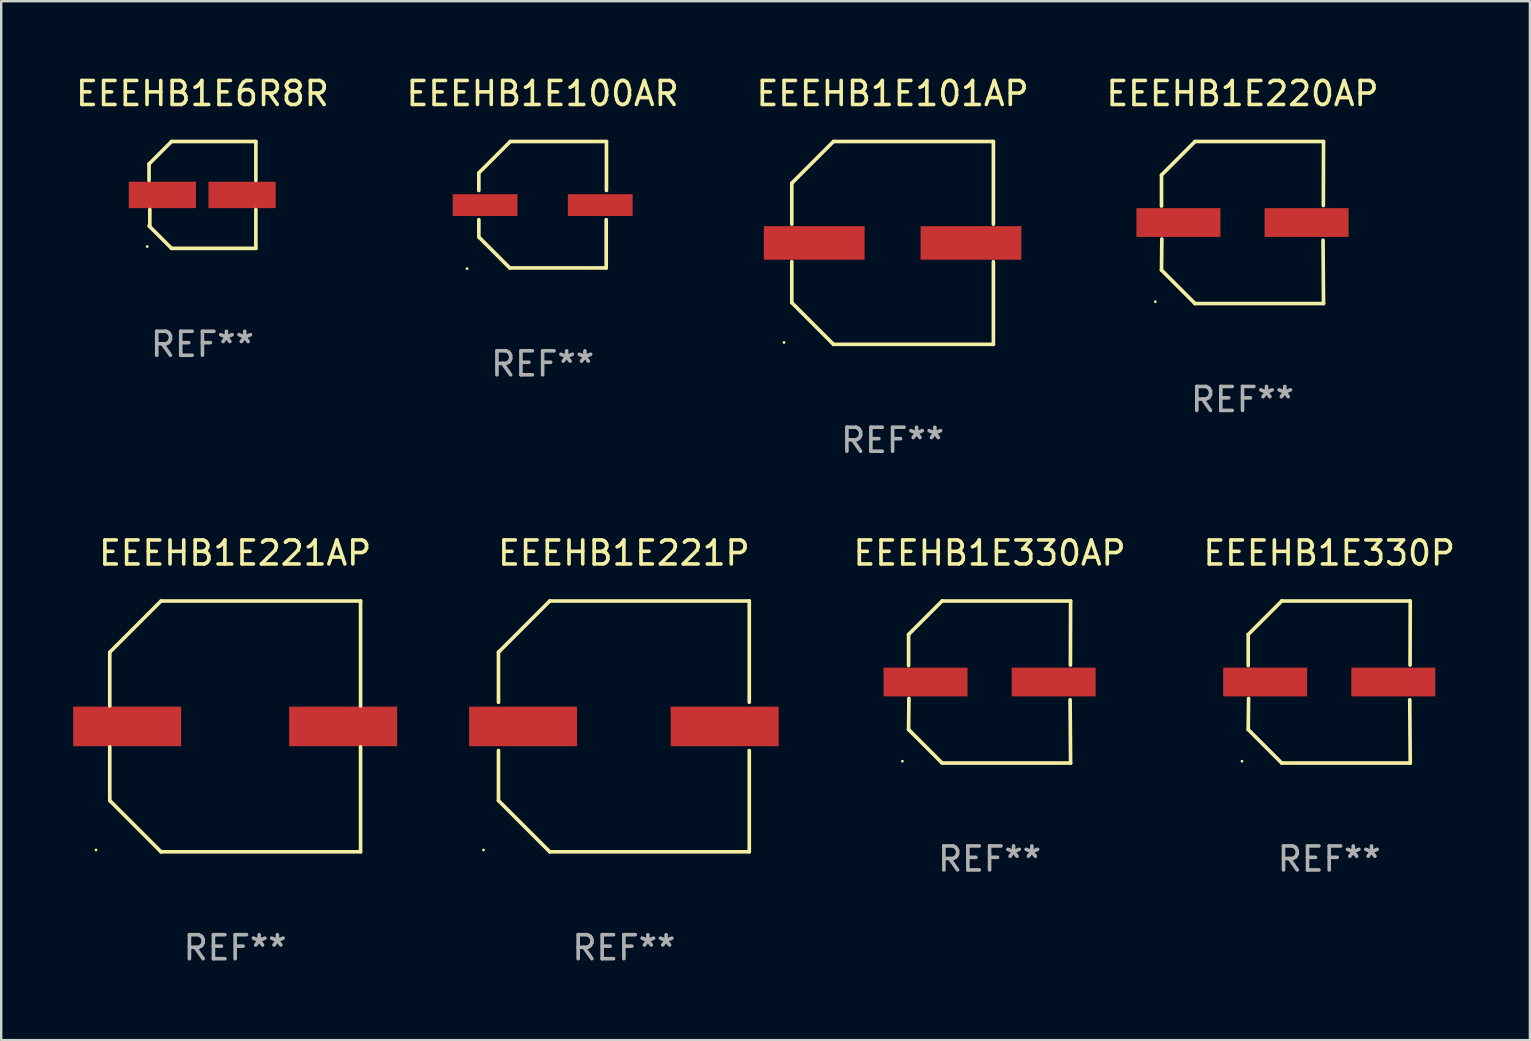
<source format=kicad_pcb>
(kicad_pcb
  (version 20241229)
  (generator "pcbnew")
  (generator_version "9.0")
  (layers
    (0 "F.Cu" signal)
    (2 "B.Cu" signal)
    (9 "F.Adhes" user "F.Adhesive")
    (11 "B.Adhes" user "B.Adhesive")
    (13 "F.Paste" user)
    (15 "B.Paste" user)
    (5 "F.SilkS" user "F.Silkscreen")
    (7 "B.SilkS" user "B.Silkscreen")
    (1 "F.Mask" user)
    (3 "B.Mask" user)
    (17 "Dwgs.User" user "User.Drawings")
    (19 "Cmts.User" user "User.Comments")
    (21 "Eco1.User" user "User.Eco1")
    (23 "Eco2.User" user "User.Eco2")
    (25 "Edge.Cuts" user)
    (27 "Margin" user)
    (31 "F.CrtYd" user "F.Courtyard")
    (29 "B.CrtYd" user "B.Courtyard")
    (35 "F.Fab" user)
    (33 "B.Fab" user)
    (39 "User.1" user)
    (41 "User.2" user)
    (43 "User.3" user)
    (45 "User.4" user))
  (footprint "EEEHB1E101AP"
    (layer "F.Cu")
    (at 34.149 7.074)
    (property "Reference" "EEEHB1E101AP" (at 0 -6.226 0) (layer "F.SilkS") (effects (font (size 1 1) (thickness 0.15))))
    (attr through_hole)
    (fp_line (start -4.201 -2.49) (end -4.201 -0.782) (stroke (width 0.152) (type solid)) (layer "F.SilkS"))
    (fp_line (start -4.201 2.49) (end -4.201 0.782) (stroke (width 0.152) (type solid)) (layer "F.SilkS"))
    (fp_line (start -2.465 -4.226) (end -4.201 -2.49) (stroke (width 0.152) (type solid)) (layer "F.SilkS"))
    (fp_line (start -2.465 4.226) (end -4.201 2.49) (stroke (width 0.152) (type solid)) (layer "F.SilkS"))
    (fp_line (start 4.201 -4.226) (end -2.465 -4.226) (stroke (width 0.152) (type solid)) (layer "F.SilkS"))
    (fp_line (start 4.201 -0.782) (end 4.201 -4.226) (stroke (width 0.152) (type solid)) (layer "F.SilkS"))
    (fp_line (start 4.201 0.782) (end 4.201 4.226) (stroke (width 0.152) (type solid)) (layer "F.SilkS"))
    (fp_line (start 4.201 4.226) (end -2.465 4.226) (stroke (width 0.152) (type solid)) (layer "F.SilkS"))
    (fp_circle (center -4.524 4.15) (end -4.494 4.15) (stroke (width 0.06) (type solid)) (fill no) (layer "F.SilkS"))
    (fp_text user "REF**" (at 0 8.226 0) (layer "F.Fab") (effects (font (size 1 1) (thickness 0.15))))
    (pad "1" smd rect (at -3.267 0) (size 4.2 1.4) (layers "F.Cu" "F.Mask" "F.Paste"))
    (pad "2" smd rect (at 3.267 0) (size 4.2 1.4) (layers "F.Cu" "F.Mask" "F.Paste")))
  (footprint "EEEHB1E220AP"
    (layer "F.Cu")
    (at 48.732 6.224)
    (property "Reference" "EEEHB1E220AP" (at 0 -5.376 0) (layer "F.SilkS") (effects (font (size 1 1) (thickness 0.15))))
    (attr through_hole)
    (fp_line (start -3.376 -1.98) (end -3.376 -0.686) (stroke (width 0.152) (type solid)) (layer "F.SilkS"))
    (fp_line (start -3.376 1.981) (end -3.362 0.686) (stroke (width 0.152) (type solid)) (layer "F.SilkS"))
    (fp_line (start -1.981 3.376) (end -3.376 1.981) (stroke (width 0.152) (type solid)) (layer "F.SilkS"))
    (fp_line (start -1.98 -3.376) (end -3.376 -1.98) (stroke (width 0.152) (type solid)) (layer "F.SilkS"))
    (fp_line (start 3.356 0.74) (end 3.376 3.376) (stroke (width 0.152) (type solid)) (layer "F.SilkS"))
    (fp_line (start 3.369 -0.707) (end 3.376 -3.376) (stroke (width 0.152) (type solid)) (layer "F.SilkS"))
    (fp_line (start 3.376 3.376) (end -1.981 3.376) (stroke (width 0.152) (type solid)) (layer "F.SilkS"))
    (fp_line (start 3.376 -3.376) (end -1.98 -3.376) (stroke (width 0.152) (type solid)) (layer "F.SilkS"))
    (fp_circle (center -3.634 3.3) (end -3.604 3.3) (stroke (width 0.06) (type solid)) (fill no) (layer "F.SilkS"))
    (fp_text user "REF**" (at 0 7.376 0) (layer "F.Fab") (effects (font (size 1 1) (thickness 0.15))))
    (pad "1" smd rect (at -2.67 0.000254) (size 3.5 1.2) (layers "F.Cu" "F.Mask" "F.Paste"))
    (pad "2" smd rect (at 2.67 0.000254) (size 3.5 1.2) (layers "F.Cu" "F.Mask" "F.Paste")))
  (footprint "EEEHB1E6R8R"
    (layer "F.Cu")
    (at 5.387 5.074)
    (property "Reference" "EEEHB1E6R8R" (at 0 -4.226 0) (layer "F.SilkS") (effects (font (size 1 1) (thickness 0.15))))
    (attr through_hole)
    (fp_line (start -2.226 -1.29) (end -2.226 -0.607) (stroke (width 0.152) (type solid)) (layer "F.SilkS"))
    (fp_line (start -2.193 1.29) (end -2.193 0.607) (stroke (width 0.152) (type solid)) (layer "F.SilkS"))
    (fp_line (start -1.29 2.226) (end -2.226 1.29) (stroke (width 0.152) (type solid)) (layer "F.SilkS"))
    (fp_line (start -1.29 -2.226) (end -2.226 -1.29) (stroke (width 0.152) (type solid)) (layer "F.SilkS"))
    (fp_line (start 2.226 -2.226) (end -1.29 -2.226) (stroke (width 0.152) (type solid)) (layer "F.SilkS"))
    (fp_line (start 2.226 -0.607) (end 2.226 -2.226) (stroke (width 0.152) (type solid)) (layer "F.SilkS"))
    (fp_line (start 2.226 0.607) (end 2.226 2.226) (stroke (width 0.152) (type solid)) (layer "F.SilkS"))
    (fp_line (start 2.226 2.226) (end -1.29 2.226) (stroke (width 0.152) (type solid)) (layer "F.SilkS"))
    (fp_circle (center -2.3 2.15) (end -2.27 2.15) (stroke (width 0.06) (type solid)) (fill no) (layer "F.SilkS"))
    (fp_text user "REF**" (at 0 6.226 0) (layer "F.Fab") (effects (font (size 1 1) (thickness 0.15))))
    (pad "1" smd rect (at -1.67 -0.000025) (size 2.8 1.1) (layers "F.Cu" "F.Mask" "F.Paste"))
    (pad "2" smd rect (at 1.651 -0.000025) (size 2.8 1.1) (layers "F.Cu" "F.Mask" "F.Paste")))
  (footprint "EEEHB1E330P"
    (layer "F.Cu")
    (at 52.346 25.373)
    (property "Reference" "EEEHB1E330P" (at 0 -5.376 0) (layer "F.SilkS") (effects (font (size 1 1) (thickness 0.15))))
    (attr through_hole)
    (fp_line (start -3.376 -1.98) (end -3.376 -0.686) (stroke (width 0.152) (type solid)) (layer "F.SilkS"))
    (fp_line (start -3.376 1.981) (end -3.362 0.686) (stroke (width 0.152) (type solid)) (layer "F.SilkS"))
    (fp_line (start -1.981 3.376) (end -3.376 1.981) (stroke (width 0.152) (type solid)) (layer "F.SilkS"))
    (fp_line (start -1.98 -3.376) (end -3.376 -1.98) (stroke (width 0.152) (type solid)) (layer "F.SilkS"))
    (fp_line (start 3.356 0.74) (end 3.376 3.376) (stroke (width 0.152) (type solid)) (layer "F.SilkS"))
    (fp_line (start 3.369 -0.707) (end 3.376 -3.376) (stroke (width 0.152) (type solid)) (layer "F.SilkS"))
    (fp_line (start 3.376 3.376) (end -1.981 3.376) (stroke (width 0.152) (type solid)) (layer "F.SilkS"))
    (fp_line (start 3.376 -3.376) (end -1.98 -3.376) (stroke (width 0.152) (type solid)) (layer "F.SilkS"))
    (fp_circle (center -3.634 3.3) (end -3.604 3.3) (stroke (width 0.06) (type solid)) (fill no) (layer "F.SilkS"))
    (fp_text user "REF**" (at 0 7.376 0) (layer "F.Fab") (effects (font (size 1 1) (thickness 0.15))))
    (pad "1" smd rect (at -2.67 0.000254) (size 3.5 1.2) (layers "F.Cu" "F.Mask" "F.Paste"))
    (pad "2" smd rect (at 2.67 0.000254) (size 3.5 1.2) (layers "F.Cu" "F.Mask" "F.Paste")))
  (footprint "EEEHB1E330AP"
    (layer "F.Cu")
    (at 38.191 25.373)
    (property "Reference" "EEEHB1E330AP" (at 0 -5.376 0) (layer "F.SilkS") (effects (font (size 1 1) (thickness 0.15))))
    (attr through_hole)
    (fp_line (start -3.376 -1.98) (end -3.376 -0.686) (stroke (width 0.152) (type solid)) (layer "F.SilkS"))
    (fp_line (start -3.376 1.981) (end -3.362 0.686) (stroke (width 0.152) (type solid)) (layer "F.SilkS"))
    (fp_line (start -1.981 3.376) (end -3.376 1.981) (stroke (width 0.152) (type solid)) (layer "F.SilkS"))
    (fp_line (start -1.98 -3.376) (end -3.376 -1.98) (stroke (width 0.152) (type solid)) (layer "F.SilkS"))
    (fp_line (start 3.356 0.74) (end 3.376 3.376) (stroke (width 0.152) (type solid)) (layer "F.SilkS"))
    (fp_line (start 3.369 -0.707) (end 3.376 -3.376) (stroke (width 0.152) (type solid)) (layer "F.SilkS"))
    (fp_line (start 3.376 3.376) (end -1.981 3.376) (stroke (width 0.152) (type solid)) (layer "F.SilkS"))
    (fp_line (start 3.376 -3.376) (end -1.98 -3.376) (stroke (width 0.152) (type solid)) (layer "F.SilkS"))
    (fp_circle (center -3.634 3.3) (end -3.604 3.3) (stroke (width 0.06) (type solid)) (fill no) (layer "F.SilkS"))
    (fp_text user "REF**" (at 0 7.376 0) (layer "F.Fab") (effects (font (size 1 1) (thickness 0.15))))
    (pad "1" smd rect (at -2.67 0.000254) (size 3.5 1.2) (layers "F.Cu" "F.Mask" "F.Paste"))
    (pad "2" smd rect (at 2.67 0.000254) (size 3.5 1.2) (layers "F.Cu" "F.Mask" "F.Paste")))
  (footprint "EEEHB1E100AR"
    (layer "F.Cu")
    (at 19.565 5.482)
    (property "Reference" "EEEHB1E100AR" (at 0 -4.634 0) (layer "F.SilkS") (effects (font (size 1 1) (thickness 0.15))))
    (attr through_hole)
    (fp_line (start -2.659 -1.326) (end -2.659 -0.592) (stroke (width 0.152) (type solid)) (layer "F.SilkS"))
    (fp_line (start -2.659 1.346) (end -2.659 0.622) (stroke (width 0.152) (type solid)) (layer "F.SilkS"))
    (fp_line (start -1.372 2.634) (end -2.659 1.346) (stroke (width 0.152) (type solid)) (layer "F.SilkS"))
    (fp_line (start -1.349 -2.634) (end -2.659 -1.326) (stroke (width 0.152) (type solid)) (layer "F.SilkS"))
    (fp_line (start 2.649 0.622) (end 2.649 2.634) (stroke (width 0.152) (type solid)) (layer "F.SilkS"))
    (fp_line (start 2.649 2.634) (end -1.372 2.634) (stroke (width 0.152) (type solid)) (layer "F.SilkS"))
    (fp_line (start 2.659 -2.634) (end -1.349 -2.634) (stroke (width 0.152) (type solid)) (layer "F.SilkS"))
    (fp_line (start 2.659 -0.592) (end 2.659 -2.634) (stroke (width 0.152) (type solid)) (layer "F.SilkS"))
    (fp_circle (center -3.15 2.665) (end -3.12 2.665) (stroke (width 0.06) (type solid)) (fill no) (layer "F.SilkS"))
    (fp_text user "REF**" (at 0 6.634 0) (layer "F.Fab") (effects (font (size 1 1) (thickness 0.15))))
    (pad "1" smd rect (at -2.4 0.015) (size 2.7 0.91) (layers "F.Cu" "F.Mask" "F.Paste"))
    (pad "2" smd rect (at 2.4 0.015) (size 2.7 0.91) (layers "F.Cu" "F.Mask" "F.Paste")))
  (footprint "EEEHB1E221AP"
    (layer "F.Cu")
    (at 6.75 27.223)
    (property "Reference" "EEEHB1E221AP" (at 0 -7.226 0) (layer "F.SilkS") (effects (font (size 1 1) (thickness 0.15))))
    (attr through_hole)
    (fp_line (start -5.226 -3.09) (end -5.226 -0.852) (stroke (width 0.152) (type solid)) (layer "F.SilkS"))
    (fp_line (start -5.226 3.09) (end -5.226 0.852) (stroke (width 0.152) (type solid)) (layer "F.SilkS"))
    (fp_line (start -3.09 -5.226) (end -5.226 -3.09) (stroke (width 0.152) (type solid)) (layer "F.SilkS"))
    (fp_line (start -3.09 5.226) (end -5.226 3.09) (stroke (width 0.152) (type solid)) (layer "F.SilkS"))
    (fp_line (start 5.226 -5.226) (end -3.09 -5.226) (stroke (width 0.152) (type solid)) (layer "F.SilkS"))
    (fp_line (start 5.226 -0.852) (end 5.226 -5.226) (stroke (width 0.152) (type solid)) (layer "F.SilkS"))
    (fp_line (start 5.226 0.852) (end 5.226 5.226) (stroke (width 0.152) (type solid)) (layer "F.SilkS"))
    (fp_line (start 5.226 5.226) (end -3.09 5.226) (stroke (width 0.152) (type solid)) (layer "F.SilkS"))
    (fp_circle (center -5.8 5.15) (end -5.77 5.15) (stroke (width 0.06) (type solid)) (fill no) (layer "F.SilkS"))
    (fp_text user "REF**" (at 0 9.226 0) (layer "F.Fab") (effects (font (size 1 1) (thickness 0.15))))
    (pad "1" smd rect (at -4.5 0) (size 4.5 1.65) (layers "F.Cu" "F.Mask" "F.Paste"))
    (pad "2" smd rect (at 4.5 0) (size 4.5 1.65) (layers "F.Cu" "F.Mask" "F.Paste")))
  (footprint "EEEHB1E221P"
    (layer "F.Cu")
    (at 22.95 27.223)
    (property "Reference" "EEEHB1E221P" (at 0 -7.226 0) (layer "F.SilkS") (effects (font (size 1 1) (thickness 0.15))))
    (attr through_hole)
    (fp_line (start -5.226 -3.09) (end -5.226 -1.005) (stroke (width 0.152) (type solid)) (layer "F.SilkS"))
    (fp_line (start -5.226 1.005) (end -5.226 3.09) (stroke (width 0.152) (type solid)) (layer "F.SilkS"))
    (fp_line (start -3.09 -5.226) (end -5.226 -3.09) (stroke (width 0.152) (type solid)) (layer "F.SilkS"))
    (fp_line (start -3.09 5.226) (end -5.226 3.09) (stroke (width 0.152) (type solid)) (layer "F.SilkS"))
    (fp_line (start 5.226 -5.226) (end -3.09 -5.226) (stroke (width 0.152) (type solid)) (layer "F.SilkS"))
    (fp_line (start 5.226 -5.226) (end 5.226 -1.005) (stroke (width 0.152) (type solid)) (layer "F.SilkS"))
    (fp_line (start 5.226 1.005) (end 5.226 5.226) (stroke (width 0.152) (type solid)) (layer "F.SilkS"))
    (fp_line (start 5.226 5.226) (end -3.09 5.226) (stroke (width 0.152) (type solid)) (layer "F.SilkS"))
    (fp_circle (center -5.85 5.15) (end -5.82 5.15) (stroke (width 0.06) (type solid)) (fill no) (layer "F.SilkS"))
    (fp_text user "REF**" (at 0 9.226 0) (layer "F.Fab") (effects (font (size 1 1) (thickness 0.15))))
    (pad "1" smd rect (at -4.2 0.000292) (size 4.5 1.65) (layers "F.Cu" "F.Mask" "F.Paste"))
    (pad "2" smd rect (at 4.2 0.000292) (size 4.5 1.65) (layers "F.Cu" "F.Mask" "F.Paste")))
  (gr_rect
    (start -3 -3)
    (end 60.709 40.298)
    (stroke (width 0.1) (type default))
    (fill no)
    (layer "Edge.Cuts")))
</source>
